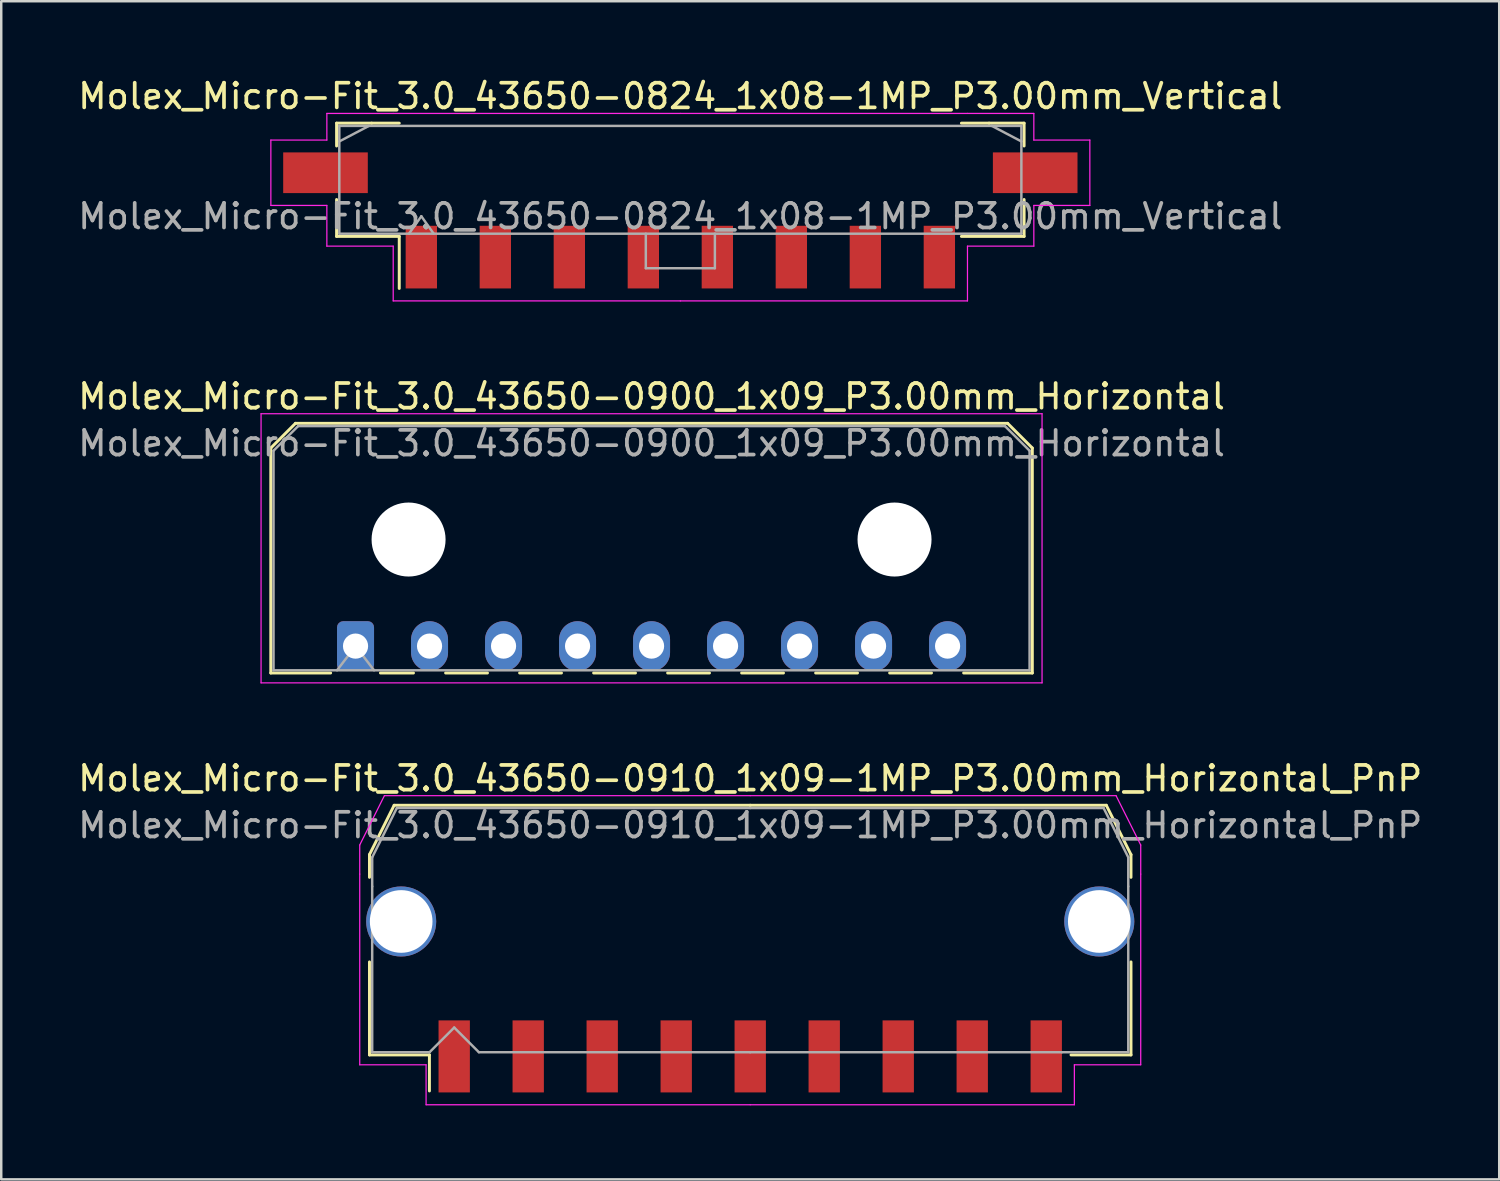
<source format=kicad_pcb>
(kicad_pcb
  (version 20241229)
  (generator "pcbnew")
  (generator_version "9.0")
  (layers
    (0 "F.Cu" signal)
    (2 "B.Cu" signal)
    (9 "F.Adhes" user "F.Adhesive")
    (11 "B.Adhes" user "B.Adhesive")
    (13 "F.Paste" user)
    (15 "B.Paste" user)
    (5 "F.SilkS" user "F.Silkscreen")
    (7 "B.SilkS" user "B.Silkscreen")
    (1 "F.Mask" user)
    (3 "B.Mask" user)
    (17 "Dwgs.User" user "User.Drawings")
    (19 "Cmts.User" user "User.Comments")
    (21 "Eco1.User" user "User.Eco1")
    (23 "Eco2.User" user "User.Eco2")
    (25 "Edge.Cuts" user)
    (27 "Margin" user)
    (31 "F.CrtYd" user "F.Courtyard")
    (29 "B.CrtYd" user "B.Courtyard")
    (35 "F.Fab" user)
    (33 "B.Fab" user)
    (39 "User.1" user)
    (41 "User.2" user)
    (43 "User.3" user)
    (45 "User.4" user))
  (footprint "Molex_Micro-Fit_3.0_43650-0910_1x09-1MP_P3.00mm_Horizontal_PnP"
    (layer "F.Cu")
    (at 27.363 34.655)
    (property "Reference" "Molex_Micro-Fit_3.0_43650-0910_1x09-1MP_P3.00mm_Horizontal_PnP" (at 0 -6.15 0) (layer "F.SilkS") (effects (font (size 1 1) (thickness 0.15))))
    (attr smd)
    (fp_line (start -15.435 -3.06) (end -15.435 -2.14) (stroke (width 0.12) (type solid)) (layer "F.SilkS"))
    (fp_line (start -15.435 1.29) (end -15.435 5.06) (stroke (width 0.12) (type solid)) (layer "F.SilkS"))
    (fp_line (start -15.435 5.06) (end -13.005 5.06) (stroke (width 0.12) (type solid)) (layer "F.SilkS"))
    (fp_line (start -14.435 -5.06) (end -15.435 -3.06) (stroke (width 0.12) (type solid)) (layer "F.SilkS"))
    (fp_line (start -13.005 5.06) (end -13.005 6.52) (stroke (width 0.12) (type solid)) (layer "F.SilkS"))
    (fp_line (start 0 -5.06) (end -14.435 -5.06) (stroke (width 0.12) (type solid)) (layer "F.SilkS"))
    (fp_line (start 0 -5.06) (end 14.435 -5.06) (stroke (width 0.12) (type solid)) (layer "F.SilkS"))
    (fp_line (start 14.435 -5.06) (end 15.435 -3.06) (stroke (width 0.12) (type solid)) (layer "F.SilkS"))
    (fp_line (start 15.435 -3.06) (end 15.435 -2.14) (stroke (width 0.12) (type solid)) (layer "F.SilkS"))
    (fp_line (start 15.435 1.29) (end 15.435 5.06) (stroke (width 0.12) (type solid)) (layer "F.SilkS"))
    (fp_line (start 15.435 5.06) (end 13.005 5.06) (stroke (width 0.12) (type solid)) (layer "F.SilkS"))
    (fp_line (start -15.83 -3.45) (end -15.83 -2.27) (stroke (width 0.05) (type solid)) (layer "F.CrtYd"))
    (fp_line (start -15.83 -2.27) (end -15.83 5.46) (stroke (width 0.05) (type solid)) (layer "F.CrtYd"))
    (fp_line (start -15.83 5.46) (end -13.14 5.46) (stroke (width 0.05) (type solid)) (layer "F.CrtYd"))
    (fp_line (start -14.83 -5.45) (end -15.83 -3.45) (stroke (width 0.05) (type solid)) (layer "F.CrtYd"))
    (fp_line (start -13.14 5.46) (end -13.14 7.08) (stroke (width 0.05) (type solid)) (layer "F.CrtYd"))
    (fp_line (start -13.14 7.08) (end 0 7.08) (stroke (width 0.05) (type solid)) (layer "F.CrtYd"))
    (fp_line (start 0 -5.45) (end -14.83 -5.45) (stroke (width 0.05) (type solid)) (layer "F.CrtYd"))
    (fp_line (start 0 -5.45) (end 14.83 -5.45) (stroke (width 0.05) (type solid)) (layer "F.CrtYd"))
    (fp_line (start 13.14 5.46) (end 13.14 7.08) (stroke (width 0.05) (type solid)) (layer "F.CrtYd"))
    (fp_line (start 13.14 7.08) (end 0 7.08) (stroke (width 0.05) (type solid)) (layer "F.CrtYd"))
    (fp_line (start 14.83 -5.45) (end 15.83 -3.45) (stroke (width 0.05) (type solid)) (layer "F.CrtYd"))
    (fp_line (start 15.83 -3.45) (end 15.83 -2.27) (stroke (width 0.05) (type solid)) (layer "F.CrtYd"))
    (fp_line (start 15.83 -2.27) (end 15.83 5.46) (stroke (width 0.05) (type solid)) (layer "F.CrtYd"))
    (fp_line (start 15.83 5.46) (end 13.14 5.46) (stroke (width 0.05) (type solid)) (layer "F.CrtYd"))
    (fp_line (start -15.325 -2.95) (end -15.325 -1.77) (stroke (width 0.1) (type solid)) (layer "F.Fab"))
    (fp_line (start -15.325 -1.77) (end -15.325 4.95) (stroke (width 0.1) (type solid)) (layer "F.Fab"))
    (fp_line (start -15.325 4.95) (end -13 4.95) (stroke (width 0.1) (type solid)) (layer "F.Fab"))
    (fp_line (start -14.325 -4.95) (end -15.325 -2.95) (stroke (width 0.1) (type solid)) (layer "F.Fab"))
    (fp_line (start -13 4.95) (end -12 3.95) (stroke (width 0.1) (type solid)) (layer "F.Fab"))
    (fp_line (start -12 3.95) (end -11 4.95) (stroke (width 0.1) (type solid)) (layer "F.Fab"))
    (fp_line (start -11 4.95) (end 0 4.95) (stroke (width 0.1) (type solid)) (layer "F.Fab"))
    (fp_line (start 0 -4.95) (end -14.325 -4.95) (stroke (width 0.1) (type solid)) (layer "F.Fab"))
    (fp_line (start 0 -4.95) (end 14.325 -4.95) (stroke (width 0.1) (type solid)) (layer "F.Fab"))
    (fp_line (start 12.635 4.95) (end 0 4.95) (stroke (width 0.1) (type solid)) (layer "F.Fab"))
    (fp_line (start 14.325 -4.95) (end 15.325 -2.95) (stroke (width 0.1) (type solid)) (layer "F.Fab"))
    (fp_line (start 15.325 -2.95) (end 15.325 -1.77) (stroke (width 0.1) (type solid)) (layer "F.Fab"))
    (fp_line (start 15.325 -1.77) (end 15.325 4.95) (stroke (width 0.1) (type solid)) (layer "F.Fab"))
    (fp_line (start 15.325 4.95) (end 12.635 4.95) (stroke (width 0.1) (type solid)) (layer "F.Fab"))
    (fp_text user "${REFERENCE}" (at 0 -4.25 0) (layer "F.Fab") (effects (font (size 1 1) (thickness 0.15))))
    (pad "1" smd rect (at -12 5.12) (size 1.27 2.92) (layers "F.Cu" "F.Mask" "F.Paste"))
    (pad "2" smd rect (at -9 5.12) (size 1.27 2.92) (layers "F.Cu" "F.Mask" "F.Paste"))
    (pad "3" smd rect (at -6 5.12) (size 1.27 2.92) (layers "F.Cu" "F.Mask" "F.Paste"))
    (pad "4" smd rect (at -3 5.12) (size 1.27 2.92) (layers "F.Cu" "F.Mask" "F.Paste"))
    (pad "5" smd rect (at 0 5.12) (size 1.27 2.92) (layers "F.Cu" "F.Mask" "F.Paste"))
    (pad "6" smd rect (at 3 5.12) (size 1.27 2.92) (layers "F.Cu" "F.Mask" "F.Paste"))
    (pad "7" smd rect (at 6 5.12) (size 1.27 2.92) (layers "F.Cu" "F.Mask" "F.Paste"))
    (pad "8" smd rect (at 9 5.12) (size 1.27 2.92) (layers "F.Cu" "F.Mask" "F.Paste"))
    (pad "9" smd rect (at 12 5.12) (size 1.27 2.92) (layers "F.Cu" "F.Mask" "F.Paste"))
    (pad "MP" thru_hole circle (at -14.15 -0.35) (size 2.84 2.84) (drill 2.54) (property pad_prop_heatsink) (layers "*.Cu" "*.Mask"))
    (pad "MP" thru_hole circle (at 14.15 -0.35) (size 2.84 2.84) (drill 2.54) (property pad_prop_heatsink) (layers "*.Cu" "*.Mask")))
  (footprint "Molex_Micro-Fit_3.0_43650-0900_1x09_P3.00mm_Horizontal"
    (layer "F.Cu")
    (at 11.363 23.142)
    (property "Reference" "Molex_Micro-Fit_3.0_43650-0900_1x09_P3.00mm_Horizontal" (at 12 -10.12 0) (layer "F.SilkS") (effects (font (size 1 1) (thickness 0.15))))
    (attr through_hole)
    (fp_line (start -3.435 -8.03) (end -2.435 -9.03) (stroke (width 0.12) (type solid)) (layer "F.SilkS"))
    (fp_line (start -3.435 1.09) (end -3.435 -8.03) (stroke (width 0.12) (type solid)) (layer "F.SilkS"))
    (fp_line (start -3.435 1.09) (end -1.01 1.09) (stroke (width 0.12) (type solid)) (layer "F.SilkS"))
    (fp_line (start -2.435 -9.03) (end 26.435 -9.03) (stroke (width 0.12) (type solid)) (layer "F.SilkS"))
    (fp_line (start 1.01 1.09) (end 2.348 1.09) (stroke (width 0.12) (type solid)) (layer "F.SilkS"))
    (fp_line (start 3.652 1.09) (end 5.348 1.09) (stroke (width 0.12) (type solid)) (layer "F.SilkS"))
    (fp_line (start 6.652 1.09) (end 8.348 1.09) (stroke (width 0.12) (type solid)) (layer "F.SilkS"))
    (fp_line (start 9.652 1.09) (end 11.348 1.09) (stroke (width 0.12) (type solid)) (layer "F.SilkS"))
    (fp_line (start 12.652 1.09) (end 14.348 1.09) (stroke (width 0.12) (type solid)) (layer "F.SilkS"))
    (fp_line (start 15.652 1.09) (end 17.348 1.09) (stroke (width 0.12) (type solid)) (layer "F.SilkS"))
    (fp_line (start 18.652 1.09) (end 20.348 1.09) (stroke (width 0.12) (type solid)) (layer "F.SilkS"))
    (fp_line (start 21.652 1.09) (end 23.348 1.09) (stroke (width 0.12) (type solid)) (layer "F.SilkS"))
    (fp_line (start 26.435 -9.03) (end 27.435 -8.03) (stroke (width 0.12) (type solid)) (layer "F.SilkS"))
    (fp_line (start 27.435 -8.03) (end 27.435 1.09) (stroke (width 0.12) (type solid)) (layer "F.SilkS"))
    (fp_line (start 27.435 1.09) (end 24.652 1.09) (stroke (width 0.12) (type solid)) (layer "F.SilkS"))
    (fp_line (start -3.83 -9.42) (end 27.83 -9.42) (stroke (width 0.05) (type solid)) (layer "F.CrtYd"))
    (fp_line (start -3.83 1.49) (end -3.83 -9.42) (stroke (width 0.05) (type solid)) (layer "F.CrtYd"))
    (fp_line (start 27.83 -9.42) (end 27.83 1.49) (stroke (width 0.05) (type solid)) (layer "F.CrtYd"))
    (fp_line (start 27.83 1.49) (end -3.83 1.49) (stroke (width 0.05) (type solid)) (layer "F.CrtYd"))
    (fp_line (start -3.325 -7.92) (end -2.325 -8.92) (stroke (width 0.1) (type solid)) (layer "F.Fab"))
    (fp_line (start -3.325 0.98) (end -3.325 -7.92) (stroke (width 0.1) (type solid)) (layer "F.Fab"))
    (fp_line (start -2.325 -8.92) (end 26.325 -8.92) (stroke (width 0.1) (type solid)) (layer "F.Fab"))
    (fp_line (start -0.75 0.98) (end 0 0) (stroke (width 0.1) (type solid)) (layer "F.Fab"))
    (fp_line (start 0 0) (end 0.75 0.98) (stroke (width 0.1) (type solid)) (layer "F.Fab"))
    (fp_line (start 26.325 -8.92) (end 27.325 -7.92) (stroke (width 0.1) (type solid)) (layer "F.Fab"))
    (fp_line (start 27.325 -7.92) (end 27.325 0.98) (stroke (width 0.1) (type solid)) (layer "F.Fab"))
    (fp_line (start 27.325 0.98) (end -3.325 0.98) (stroke (width 0.1) (type solid)) (layer "F.Fab"))
    (fp_text user "${REFERENCE}" (at 12 -8.22 0) (layer "F.Fab") (effects (font (size 1 1) (thickness 0.15))))
    (pad "" np_thru_hole circle (at 2.15 -4.32) (size 3 3) (drill 3) (layers "*.Cu" "*.Mask"))
    (pad "" np_thru_hole circle (at 21.85 -4.32) (size 3 3) (drill 3) (layers "*.Cu" "*.Mask"))
    (pad "1" thru_hole roundrect (at 0 0) (size 1.5 2.02) (drill 1.02) (layers "*.Cu" "*.Mask") (roundrect_rratio 0.167))
    (pad "2" thru_hole oval (at 3 0) (size 1.5 2.02) (drill 1.02) (layers "*.Cu" "*.Mask"))
    (pad "3" thru_hole oval (at 6 0) (size 1.5 2.02) (drill 1.02) (layers "*.Cu" "*.Mask"))
    (pad "4" thru_hole oval (at 9 0) (size 1.5 2.02) (drill 1.02) (layers "*.Cu" "*.Mask"))
    (pad "5" thru_hole oval (at 12 0) (size 1.5 2.02) (drill 1.02) (layers "*.Cu" "*.Mask"))
    (pad "6" thru_hole oval (at 15 0) (size 1.5 2.02) (drill 1.02) (layers "*.Cu" "*.Mask"))
    (pad "7" thru_hole oval (at 18 0) (size 1.5 2.02) (drill 1.02) (layers "*.Cu" "*.Mask"))
    (pad "8" thru_hole oval (at 21 0) (size 1.5 2.02) (drill 1.02) (layers "*.Cu" "*.Mask"))
    (pad "9" thru_hole oval (at 24 0) (size 1.5 2.02) (drill 1.02) (layers "*.Cu" "*.Mask")))
  (footprint "Molex_Micro-Fit_3.0_43650-0824_1x08-1MP_P3.00mm_Vertical"
    (layer "F.Cu")
    (at 24.53 4.238)
    (property "Reference" "Molex_Micro-Fit_3.0_43650-0824_1x08-1MP_P3.00mm_Vertical" (at 0 -3.39 0) (layer "F.SilkS") (effects (font (size 1 1) (thickness 0.15))))
    (attr smd)
    (fp_line (start -13.935 -2.295) (end -12.515 -2.295) (stroke (width 0.12) (type solid)) (layer "F.SilkS"))
    (fp_line (start -13.935 -1.37) (end -13.935 -2.295) (stroke (width 0.12) (type solid)) (layer "F.SilkS"))
    (fp_line (start -13.935 0.8) (end -13.935 2.295) (stroke (width 0.12) (type solid)) (layer "F.SilkS"))
    (fp_line (start -13.935 2.295) (end -11.395 2.295) (stroke (width 0.12) (type solid)) (layer "F.SilkS"))
    (fp_line (start -12.515 -2.295) (end -11.395 -2.295) (stroke (width 0.12) (type solid)) (layer "F.SilkS"))
    (fp_line (start -11.395 2.295) (end -11.395 4.405) (stroke (width 0.12) (type solid)) (layer "F.SilkS"))
    (fp_line (start 12.515 -2.295) (end 11.395 -2.295) (stroke (width 0.12) (type solid)) (layer "F.SilkS"))
    (fp_line (start 13.935 -2.295) (end 12.515 -2.295) (stroke (width 0.12) (type solid)) (layer "F.SilkS"))
    (fp_line (start 13.935 -1.37) (end 13.935 -2.295) (stroke (width 0.12) (type solid)) (layer "F.SilkS"))
    (fp_line (start 13.935 0.8) (end 13.935 2.295) (stroke (width 0.12) (type solid)) (layer "F.SilkS"))
    (fp_line (start 13.935 2.295) (end 11.395 2.295) (stroke (width 0.12) (type solid)) (layer "F.SilkS"))
    (fp_line (start -16.6 -1.61) (end -16.6 1.04) (stroke (width 0.05) (type solid)) (layer "F.CrtYd"))
    (fp_line (start -16.6 1.04) (end -14.33 1.04) (stroke (width 0.05) (type solid)) (layer "F.CrtYd"))
    (fp_line (start -14.33 -2.69) (end -14.33 -1.61) (stroke (width 0.05) (type solid)) (layer "F.CrtYd"))
    (fp_line (start -14.33 -1.61) (end -16.6 -1.61) (stroke (width 0.05) (type solid)) (layer "F.CrtYd"))
    (fp_line (start -14.33 1.04) (end -14.33 2.69) (stroke (width 0.05) (type solid)) (layer "F.CrtYd"))
    (fp_line (start -14.33 2.69) (end -11.64 2.69) (stroke (width 0.05) (type solid)) (layer "F.CrtYd"))
    (fp_line (start -11.64 -2.69) (end -14.33 -2.69) (stroke (width 0.05) (type solid)) (layer "F.CrtYd"))
    (fp_line (start -11.64 2.69) (end -11.64 4.91) (stroke (width 0.05) (type solid)) (layer "F.CrtYd"))
    (fp_line (start -11.64 4.91) (end 0 4.91) (stroke (width 0.05) (type solid)) (layer "F.CrtYd"))
    (fp_line (start 0 -2.69) (end -11.64 -2.69) (stroke (width 0.05) (type solid)) (layer "F.CrtYd"))
    (fp_line (start 0 -2.69) (end 11.64 -2.69) (stroke (width 0.05) (type solid)) (layer "F.CrtYd"))
    (fp_line (start 11.64 -2.69) (end 14.33 -2.69) (stroke (width 0.05) (type solid)) (layer "F.CrtYd"))
    (fp_line (start 11.64 2.69) (end 11.64 4.91) (stroke (width 0.05) (type solid)) (layer "F.CrtYd"))
    (fp_line (start 11.64 4.91) (end 0 4.91) (stroke (width 0.05) (type solid)) (layer "F.CrtYd"))
    (fp_line (start 14.33 -2.69) (end 14.33 -1.61) (stroke (width 0.05) (type solid)) (layer "F.CrtYd"))
    (fp_line (start 14.33 -1.61) (end 16.6 -1.61) (stroke (width 0.05) (type solid)) (layer "F.CrtYd"))
    (fp_line (start 14.33 1.04) (end 14.33 2.69) (stroke (width 0.05) (type solid)) (layer "F.CrtYd"))
    (fp_line (start 14.33 2.69) (end 11.64 2.69) (stroke (width 0.05) (type solid)) (layer "F.CrtYd"))
    (fp_line (start 16.6 -1.61) (end 16.6 1.04) (stroke (width 0.05) (type solid)) (layer "F.CrtYd"))
    (fp_line (start 16.6 1.04) (end 14.33 1.04) (stroke (width 0.05) (type solid)) (layer "F.CrtYd"))
    (fp_line (start -13.825 -2.185) (end -13.825 2.185) (stroke (width 0.1) (type solid)) (layer "F.Fab"))
    (fp_line (start -13.825 -1.555) (end -12.625 -2.185) (stroke (width 0.1) (type solid)) (layer "F.Fab"))
    (fp_line (start -13.825 2.185) (end 13.825 2.185) (stroke (width 0.1) (type solid)) (layer "F.Fab"))
    (fp_line (start -12.625 -2.185) (end -13.825 -2.185) (stroke (width 0.1) (type solid)) (layer "F.Fab"))
    (fp_line (start -11 2.185) (end -10.5 1.478) (stroke (width 0.1) (type solid)) (layer "F.Fab"))
    (fp_line (start -10.5 1.478) (end -10 2.185) (stroke (width 0.1) (type solid)) (layer "F.Fab"))
    (fp_line (start -1.4 2.185) (end -1.4 3.585) (stroke (width 0.1) (type solid)) (layer "F.Fab"))
    (fp_line (start -1.4 3.585) (end 1.4 3.585) (stroke (width 0.1) (type solid)) (layer "F.Fab"))
    (fp_line (start 1.4 3.585) (end 1.4 2.185) (stroke (width 0.1) (type solid)) (layer "F.Fab"))
    (fp_line (start 12.625 -2.185) (end -12.625 -2.185) (stroke (width 0.1) (type solid)) (layer "F.Fab"))
    (fp_line (start 13.825 -2.185) (end 12.625 -2.185) (stroke (width 0.1) (type solid)) (layer "F.Fab"))
    (fp_line (start 13.825 -1.555) (end 12.625 -2.185) (stroke (width 0.1) (type solid)) (layer "F.Fab"))
    (fp_line (start 13.825 2.185) (end 13.825 -2.185) (stroke (width 0.1) (type solid)) (layer "F.Fab"))
    (fp_text user "${REFERENCE}" (at 0 1.48 0) (layer "F.Fab") (effects (font (size 1 1) (thickness 0.15))))
    (pad "1" smd rect (at -10.5 3.135) (size 1.27 2.54) (layers "F.Cu" "F.Mask" "F.Paste"))
    (pad "2" smd rect (at -7.5 3.135) (size 1.27 2.54) (layers "F.Cu" "F.Mask" "F.Paste"))
    (pad "3" smd rect (at -4.5 3.135) (size 1.27 2.54) (layers "F.Cu" "F.Mask" "F.Paste"))
    (pad "4" smd rect (at -1.5 3.135) (size 1.27 2.54) (layers "F.Cu" "F.Mask" "F.Paste"))
    (pad "5" smd rect (at 1.5 3.135) (size 1.27 2.54) (layers "F.Cu" "F.Mask" "F.Paste"))
    (pad "6" smd rect (at 4.5 3.135) (size 1.27 2.54) (layers "F.Cu" "F.Mask" "F.Paste"))
    (pad "7" smd rect (at 7.5 3.135) (size 1.27 2.54) (layers "F.Cu" "F.Mask" "F.Paste"))
    (pad "8" smd rect (at 10.5 3.135) (size 1.27 2.54) (layers "F.Cu" "F.Mask" "F.Paste"))
    (pad "MP" smd rect (at -14.385 -0.285) (size 3.43 1.65) (layers "F.Cu" "F.Mask" "F.Paste"))
    (pad "MP" smd rect (at 14.385 -0.285) (size 3.43 1.65) (layers "F.Cu" "F.Mask" "F.Paste")))
  (gr_rect
    (start -3 -3)
    (end 57.726 44.76)
    (stroke (width 0.1) (type default))
    (fill no)
    (layer "Edge.Cuts")))
</source>
